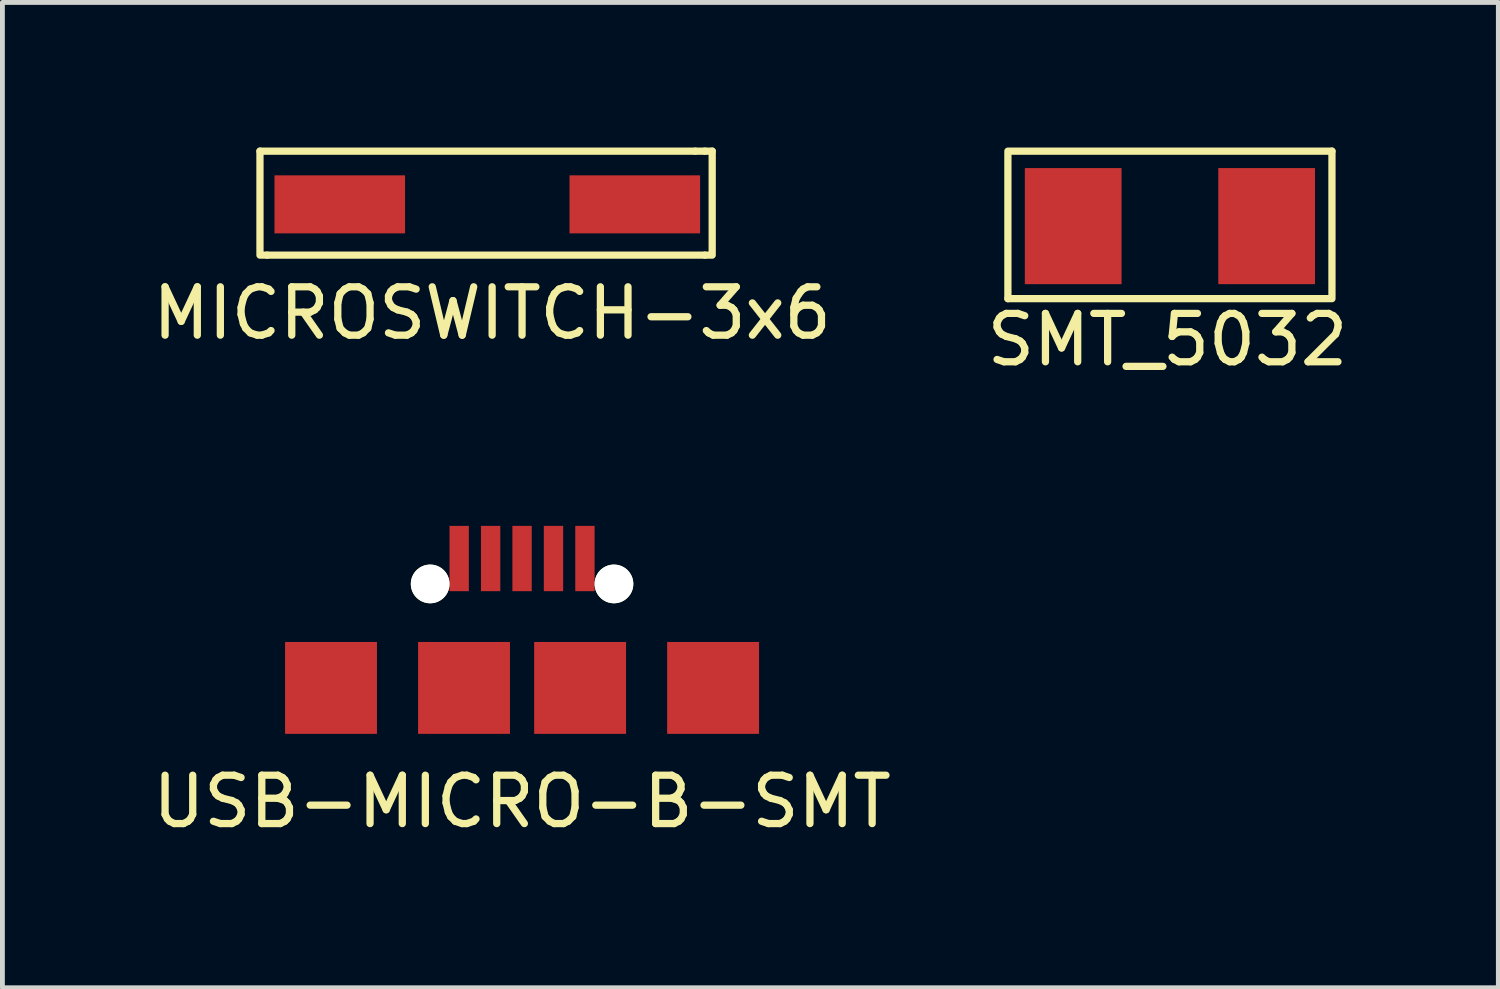
<source format=kicad_pcb>
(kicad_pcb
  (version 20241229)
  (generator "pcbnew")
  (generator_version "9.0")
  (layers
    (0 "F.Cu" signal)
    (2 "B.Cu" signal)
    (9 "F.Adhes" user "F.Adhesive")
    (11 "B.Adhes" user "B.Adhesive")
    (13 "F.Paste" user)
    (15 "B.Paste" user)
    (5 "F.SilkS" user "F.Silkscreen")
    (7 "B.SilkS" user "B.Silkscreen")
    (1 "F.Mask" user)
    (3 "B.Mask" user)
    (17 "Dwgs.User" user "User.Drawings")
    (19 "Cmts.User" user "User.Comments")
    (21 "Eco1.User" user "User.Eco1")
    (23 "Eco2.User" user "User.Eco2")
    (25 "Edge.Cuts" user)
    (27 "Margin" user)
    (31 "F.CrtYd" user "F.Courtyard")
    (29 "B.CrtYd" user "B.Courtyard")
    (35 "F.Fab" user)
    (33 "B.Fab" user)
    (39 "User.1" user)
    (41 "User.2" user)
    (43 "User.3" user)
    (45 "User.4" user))
  (footprint "SMT_5032"
    (layer "F.Cu")
    (at 21.139 1.625)
    (property "Reference" "SMT_5032" (at -0.05 2.35 0) (layer "F.SilkS") (effects (font (size 1 1) (thickness 0.15))))
    (attr through_hole)
    (fp_line (start -3.35 -1.55) (end 3.35 -1.55) (stroke (width 0.15) (type solid)) (layer "F.SilkS"))
    (fp_line (start -3.35 1.5) (end -3.35 -1.5) (stroke (width 0.15) (type solid)) (layer "F.SilkS"))
    (fp_line (start 3.35 -1.55) (end 3.35 1.45) (stroke (width 0.15) (type solid)) (layer "F.SilkS"))
    (fp_line (start 3.35 1.5) (end -3.35 1.5) (stroke (width 0.15) (type solid)) (layer "F.SilkS"))
    (pad "1" smd rect (at -2 0) (size 2 2.4) (layers "F.Cu" "F.Mask" "F.Paste"))
    (pad "2" smd rect (at 2 0) (size 2 2.4) (layers "F.Cu" "F.Mask" "F.Paste")))
  (footprint "MICROSWITCH-3x6"
    (layer "F.Cu")
    (at 7.025 1.175)
    (property "Reference" "MICROSWITCH-3x6" (at 0.1 2.25 0) (layer "F.SilkS") (effects (font (size 1 1) (thickness 0.15))))
    (attr through_hole)
    (fp_line (start -4.7 -1.1) (end 4.3 -1.1) (stroke (width 0.15) (type solid)) (layer "F.SilkS"))
    (fp_line (start -4.7 1) (end -4.7 -1.1) (stroke (width 0.15) (type solid)) (layer "F.SilkS"))
    (fp_line (start -4.55 1.05) (end -4.7 1.05) (stroke (width 0.15) (type solid)) (layer "F.SilkS"))
    (fp_line (start 4.3 -1.1) (end 4.5 -1.1) (stroke (width 0.15) (type solid)) (layer "F.SilkS"))
    (fp_line (start 4.5 -1.1) (end 4.65 -1.1) (stroke (width 0.15) (type solid)) (layer "F.SilkS"))
    (fp_line (start 4.5 1.05) (end -4.55 1.05) (stroke (width 0.15) (type solid)) (layer "F.SilkS"))
    (fp_line (start 4.5 1.05) (end 4.65 1.05) (stroke (width 0.15) (type solid)) (layer "F.SilkS"))
    (fp_line (start 4.65 -1.1) (end 4.65 1) (stroke (width 0.15) (type solid)) (layer "F.SilkS"))
    (pad "1" smd rect (at -3.05 0) (size 2.7 1.2) (layers "F.Cu" "F.Mask" "F.Paste"))
    (pad "2" smd rect (at 3.05 0) (size 2.7 1.2) (layers "F.Cu" "F.Mask" "F.Paste")))
  (footprint "USB-MICRO-B-SMT"
    (layer "F.Cu")
    (at 7.744 12.623)
    (property "Reference" "USB-MICRO-B-SMT" (at 0 0.9 0) (layer "F.SilkS") (effects (font (size 1 1) (thickness 0.15))))
    (attr through_hole)
    (pad "" smd rect (at -3.95 -1.45) (size 1.9 1.9) (layers "F.Cu" "F.Mask" "F.Paste"))
    (pad "" np_thru_hole circle (at -1.9 -3.6) (size 0.8 0.8) (drill 0.8) (layers "*.Cu" "*.Mask" "F.SilkS"))
    (pad "" smd rect (at -1.2 -1.45) (size 1.9 1.9) (layers "F.Cu" "F.Mask" "F.Paste"))
    (pad "" smd rect (at 1.2 -1.45) (size 1.9 1.9) (layers "F.Cu" "F.Mask" "F.Paste"))
    (pad "" np_thru_hole circle (at 1.9 -3.6) (size 0.8 0.8) (drill 0.8) (layers "*.Cu" "*.Mask" "F.SilkS"))
    (pad "" smd rect (at 3.95 -1.45) (size 1.9 1.9) (layers "F.Cu" "F.Mask" "F.Paste"))
    (pad "1" smd rect (at -1.3 -4.125) (size 0.4 1.35) (layers "F.Cu" "F.Mask" "F.Paste"))
    (pad "2" smd rect (at -0.65 -4.125) (size 0.4 1.35) (layers "F.Cu" "F.Mask" "F.Paste"))
    (pad "3" smd rect (at 0 -4.125) (size 0.4 1.35) (layers "F.Cu" "F.Mask" "F.Paste"))
    (pad "4" smd rect (at 0.65 -4.125) (size 0.4 1.35) (layers "F.Cu" "F.Mask" "F.Paste"))
    (pad "5" smd rect (at 1.3 -4.125) (size 0.4 1.35) (layers "F.Cu" "F.Mask" "F.Paste")))
  (gr_rect
    (start -3 -3)
    (end 27.929 17.372)
    (stroke (width 0.1) (type default))
    (fill no)
    (layer "Edge.Cuts")))
</source>
